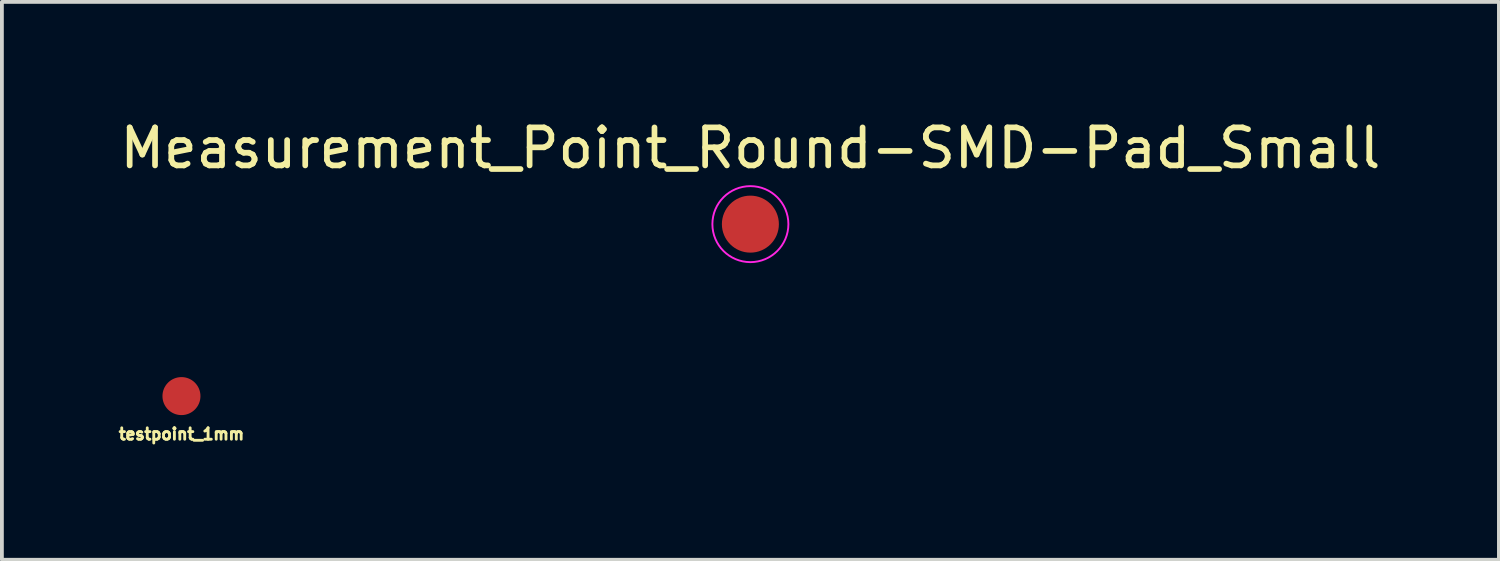
<source format=kicad_pcb>
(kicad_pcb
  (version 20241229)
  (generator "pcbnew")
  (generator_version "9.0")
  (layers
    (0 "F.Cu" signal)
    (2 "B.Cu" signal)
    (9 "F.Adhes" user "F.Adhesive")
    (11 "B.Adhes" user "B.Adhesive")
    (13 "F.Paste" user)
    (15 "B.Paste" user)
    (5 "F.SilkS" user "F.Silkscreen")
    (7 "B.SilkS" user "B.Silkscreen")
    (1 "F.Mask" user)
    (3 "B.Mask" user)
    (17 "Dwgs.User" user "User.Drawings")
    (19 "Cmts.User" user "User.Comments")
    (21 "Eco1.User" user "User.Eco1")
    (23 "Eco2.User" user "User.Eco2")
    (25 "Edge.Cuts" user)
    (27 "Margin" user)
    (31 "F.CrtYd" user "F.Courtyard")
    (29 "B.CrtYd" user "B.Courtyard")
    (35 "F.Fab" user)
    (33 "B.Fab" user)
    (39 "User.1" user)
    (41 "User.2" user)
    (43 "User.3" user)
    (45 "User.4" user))
  (footprint "testpoint_1mm"
    (layer "F.Cu")
    (at 1.725 7.373)
    (property "Reference" "testpoint_1mm" (at 0 1 0) (layer "F.SilkS") (effects (font (size 0.3 0.3) (thickness 0.075))))
    (attr through_hole)
    (pad "1" smd circle (at 0 0) (size 1 1) (layers "F.Cu" "F.Mask")))
  (footprint "Measurement_Point_Round-SMD-Pad_Small"
    (layer "F.Cu")
    (at 16.696 2.848)
    (property "Reference" "Measurement_Point_Round-SMD-Pad_Small" (at 0 -2 0) (layer "F.SilkS") (effects (font (size 1 1) (thickness 0.15))))
    (attr exclude_from_pos_files exclude_from_bom)
    (fp_circle (center 0 0) (end 1 0) (stroke (width 0.05) (type solid)) (fill no) (layer "F.CrtYd"))
    (pad "1" smd circle (at 0 0) (size 1.5 1.5) (layers "F.Cu" "F.Mask")))
  (gr_rect
    (start -3 -3)
    (end 36.393 11.68)
    (stroke (width 0.1) (type default))
    (fill no)
    (layer "Edge.Cuts")))
</source>
